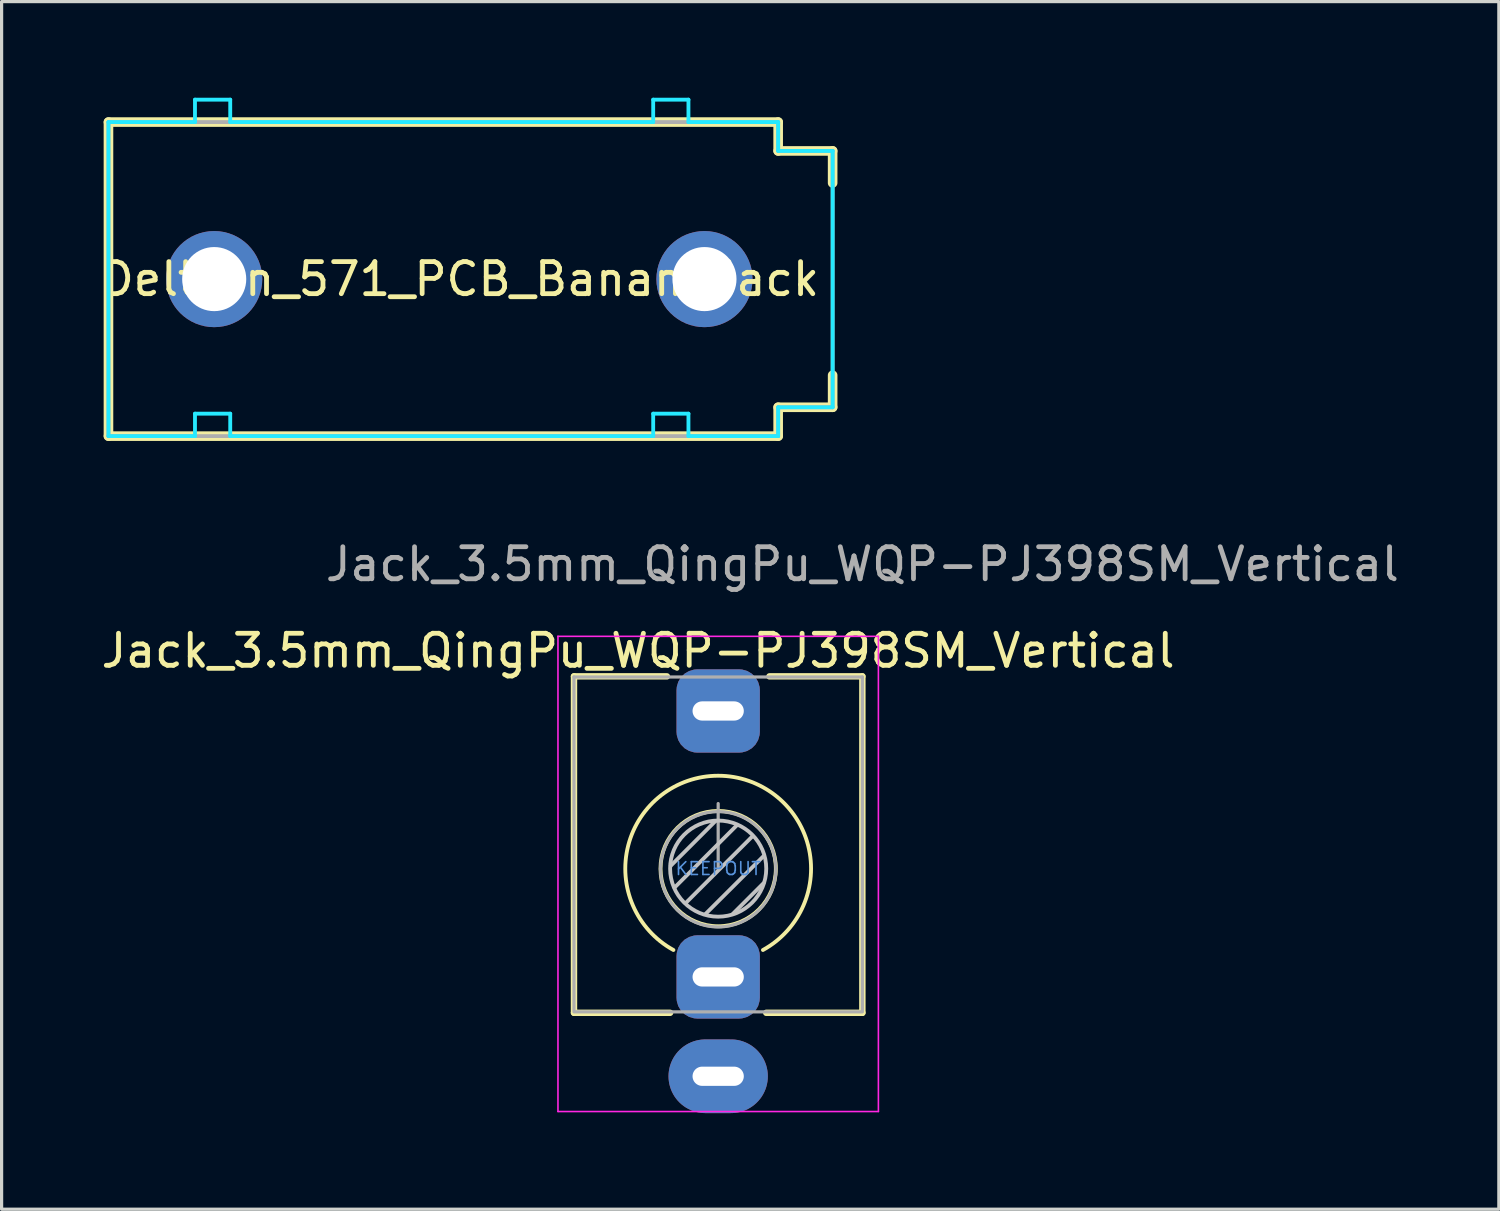
<source format=kicad_pcb>
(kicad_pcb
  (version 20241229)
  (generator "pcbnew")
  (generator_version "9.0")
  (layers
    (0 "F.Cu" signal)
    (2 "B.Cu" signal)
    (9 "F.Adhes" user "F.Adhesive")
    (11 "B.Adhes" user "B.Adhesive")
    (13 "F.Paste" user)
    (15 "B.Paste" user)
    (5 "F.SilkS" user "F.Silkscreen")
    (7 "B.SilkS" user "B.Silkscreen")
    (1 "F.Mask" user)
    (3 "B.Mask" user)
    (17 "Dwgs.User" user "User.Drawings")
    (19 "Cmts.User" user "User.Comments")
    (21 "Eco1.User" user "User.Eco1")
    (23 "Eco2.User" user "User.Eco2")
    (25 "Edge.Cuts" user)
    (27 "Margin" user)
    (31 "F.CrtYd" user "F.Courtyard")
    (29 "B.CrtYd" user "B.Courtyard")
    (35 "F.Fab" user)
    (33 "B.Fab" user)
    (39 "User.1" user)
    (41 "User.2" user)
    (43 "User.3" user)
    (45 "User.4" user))
  (footprint "Deltron_571_PCB_BananaJack"
    (layer "F.Cu")
    (at 18.935 5.66)
    (property "Reference" "Deltron_571_PCB_BananaJack" (at -7.62 0 0) (layer "F.SilkS") (effects (font (size 1 1) (thickness 0.15))))
    (attr through_hole)
    (fp_line (start -18.6 -4.9) (end 2.3 -4.9) (stroke (width 0.3) (type solid)) (layer "F.SilkS"))
    (fp_line (start -18.6 4.9) (end -18.6 -4.9) (stroke (width 0.3) (type solid)) (layer "F.SilkS"))
    (fp_line (start 2.3 -4.9) (end 2.3 -4) (stroke (width 0.3) (type solid)) (layer "F.SilkS"))
    (fp_line (start 2.3 -4) (end 4 -4) (stroke (width 0.3) (type solid)) (layer "F.SilkS"))
    (fp_line (start 2.3 4) (end 2.3 4.9) (stroke (width 0.3) (type solid)) (layer "F.SilkS"))
    (fp_line (start 2.3 4.9) (end -18.6 4.9) (stroke (width 0.3) (type solid)) (layer "F.SilkS"))
    (fp_line (start 4 -4) (end 4 -3) (stroke (width 0.3) (type solid)) (layer "F.SilkS"))
    (fp_line (start 4 3) (end 4 4) (stroke (width 0.3) (type solid)) (layer "F.SilkS"))
    (fp_line (start 4 4) (end 2.3 4) (stroke (width 0.3) (type solid)) (layer "F.SilkS"))
    (fp_line (start -18.6 -4.9) (end -15.9 -4.9) (stroke (width 0.12) (type solid)) (layer "B.CrtYd"))
    (fp_line (start -18.6 4.9) (end -18.6 -4.9) (stroke (width 0.12) (type solid)) (layer "B.CrtYd"))
    (fp_line (start -15.9 -5.6) (end -14.8 -5.6) (stroke (width 0.12) (type solid)) (layer "B.CrtYd"))
    (fp_line (start -15.9 -4.9) (end -15.9 -5.6) (stroke (width 0.12) (type solid)) (layer "B.CrtYd"))
    (fp_line (start -15.9 4.2) (end -15.9 4.9) (stroke (width 0.12) (type solid)) (layer "B.CrtYd"))
    (fp_line (start -15.9 4.9) (end -18.6 4.9) (stroke (width 0.12) (type solid)) (layer "B.CrtYd"))
    (fp_line (start -14.8 -5.6) (end -14.8 -4.9) (stroke (width 0.12) (type solid)) (layer "B.CrtYd"))
    (fp_line (start -14.8 -4.9) (end -1.6 -4.9) (stroke (width 0.12) (type solid)) (layer "B.CrtYd"))
    (fp_line (start -14.8 4.2) (end -15.9 4.2) (stroke (width 0.12) (type solid)) (layer "B.CrtYd"))
    (fp_line (start -14.8 4.9) (end -14.8 4.2) (stroke (width 0.12) (type solid)) (layer "B.CrtYd"))
    (fp_line (start -1.6 -5.6) (end -1.6 -4.9) (stroke (width 0.12) (type solid)) (layer "B.CrtYd"))
    (fp_line (start -1.6 4.2) (end -1.6 4.9) (stroke (width 0.12) (type solid)) (layer "B.CrtYd"))
    (fp_line (start -1.6 4.9) (end -14.8 4.9) (stroke (width 0.12) (type solid)) (layer "B.CrtYd"))
    (fp_line (start -0.5 -5.6) (end -1.6 -5.6) (stroke (width 0.12) (type solid)) (layer "B.CrtYd"))
    (fp_line (start -0.5 -4.9) (end -0.5 -5.6) (stroke (width 0.12) (type solid)) (layer "B.CrtYd"))
    (fp_line (start -0.5 -4.9) (end 2.3 -4.9) (stroke (width 0.12) (type solid)) (layer "B.CrtYd"))
    (fp_line (start -0.5 4.2) (end -1.6 4.2) (stroke (width 0.12) (type solid)) (layer "B.CrtYd"))
    (fp_line (start -0.5 4.9) (end -0.5 4.2) (stroke (width 0.12) (type solid)) (layer "B.CrtYd"))
    (fp_line (start 2.3 -4.9) (end 2.3 -4) (stroke (width 0.12) (type solid)) (layer "B.CrtYd"))
    (fp_line (start 2.3 -4) (end 4 -4) (stroke (width 0.12) (type solid)) (layer "B.CrtYd"))
    (fp_line (start 2.3 4) (end 2.3 4.9) (stroke (width 0.12) (type solid)) (layer "B.CrtYd"))
    (fp_line (start 2.3 4.9) (end -0.5 4.9) (stroke (width 0.12) (type solid)) (layer "B.CrtYd"))
    (fp_line (start 4 -4) (end 4 4) (stroke (width 0.12) (type solid)) (layer "B.CrtYd"))
    (fp_line (start 4 4) (end 2.3 4) (stroke (width 0.12) (type solid)) (layer "B.CrtYd"))
    (fp_line (start -18.6 -4.9) (end -18.6 4.9) (stroke (width 0.12) (type solid)) (layer "F.Fab"))
    (fp_line (start -18.6 4.9) (end 2.3 4.9) (stroke (width 0.12) (type solid)) (layer "F.Fab"))
    (fp_line (start 2.3 -4.9) (end -18.6 -4.9) (stroke (width 0.12) (type solid)) (layer "F.Fab"))
    (fp_line (start 2.3 -4) (end 2.3 -4.9) (stroke (width 0.12) (type solid)) (layer "F.Fab"))
    (fp_line (start 2.3 -4) (end 4 -4) (stroke (width 0.12) (type solid)) (layer "F.Fab"))
    (fp_line (start 2.3 4) (end 4 4) (stroke (width 0.12) (type solid)) (layer "F.Fab"))
    (fp_line (start 2.3 4.9) (end 2.3 4) (stroke (width 0.12) (type solid)) (layer "F.Fab"))
    (fp_line (start 4 -4) (end 4 4) (stroke (width 0.12) (type solid)) (layer "F.Fab"))
    (pad "1" thru_hole circle (at -15.3 0) (size 3 3) (drill 2) (layers "*.Cu" "*.Mask"))
    (pad "1" thru_hole circle (at 0 0) (size 3 3) (drill 2) (layers "*.Cu" "*.Mask")))
  (footprint "Jack_3.5mm_QingPu_WQP-PJ398SM_Vertical"
    (layer "F.Cu")
    (at 19.363 24.058)
    (property "Reference" "Jack_3.5mm_QingPu_WQP-PJ398SM_Vertical" (at -2.5 -6.8 0) (layer "F.SilkS") (effects (font (size 1 1) (thickness 0.15))))
    (attr through_hole)
    (fp_line (start -4.5 -6) (end -1.6 -6) (stroke (width 0.2) (type solid)) (layer "F.SilkS"))
    (fp_line (start -4.5 4.5) (end -4.5 -6) (stroke (width 0.2) (type solid)) (layer "F.SilkS"))
    (fp_line (start -4.5 4.5) (end -1.5 4.5) (stroke (width 0.2) (type solid)) (layer "F.SilkS"))
    (fp_line (start 1.5 4.5) (end 4.5 4.5) (stroke (width 0.2) (type solid)) (layer "F.SilkS"))
    (fp_line (start 1.6 -6) (end 4.5 -6) (stroke (width 0.2) (type solid)) (layer "F.SilkS"))
    (fp_line (start 4.5 4.5) (end 4.5 -6) (stroke (width 0.2) (type solid)) (layer "F.SilkS"))
    (fp_arc (start -1.397 2.539999) (mid 0 -2.898828) (end 1.397 2.539999) (stroke (width 0.12) (type solid)) (layer "F.SilkS"))
    (fp_circle (center 0 0) (end -1.8 0) (stroke (width 0.12) (type solid)) (fill no) (layer "F.SilkS"))
    (fp_line (start -0.09 -1.48) (end -1.48 -0.09) (stroke (width 0.12) (type solid)) (layer "Dwgs.User"))
    (fp_line (start 0.58 -1.35) (end -1.36 0.59) (stroke (width 0.12) (type solid)) (layer "Dwgs.User"))
    (fp_line (start 1.07 -1.01) (end -1.01 1.07) (stroke (width 0.12) (type solid)) (layer "Dwgs.User"))
    (fp_line (start 1.41 0.46) (end 0.46 1.41) (stroke (width 0.12) (type solid)) (layer "Dwgs.User"))
    (fp_line (start 1.42 -0.395) (end -0.4 1.42) (stroke (width 0.12) (type solid)) (layer "Dwgs.User"))
    (fp_circle (center 0 0) (end -1.5 0) (stroke (width 0.12) (type solid)) (fill no) (layer "Dwgs.User"))
    (fp_line (start -5 -7.25) (end -5 7.58) (stroke (width 0.05) (type solid)) (layer "F.CrtYd"))
    (fp_line (start -5 -7.25) (end 5 -7.25) (stroke (width 0.05) (type solid)) (layer "F.CrtYd"))
    (fp_line (start -5 7.58) (end 5 7.58) (stroke (width 0.05) (type solid)) (layer "F.CrtYd"))
    (fp_line (start 5 -7.25) (end 5 7.58) (stroke (width 0.05) (type solid)) (layer "F.CrtYd"))
    (fp_line (start -4.5 -5.98) (end -4.5 4.42) (stroke (width 0.1) (type solid)) (layer "F.Fab"))
    (fp_line (start -4.5 -5.98) (end 4.5 -5.98) (stroke (width 0.1) (type solid)) (layer "F.Fab"))
    (fp_line (start -4.5 4.47) (end 4.5 4.47) (stroke (width 0.1) (type solid)) (layer "F.Fab"))
    (fp_line (start 0 0) (end 0 -2.03) (stroke (width 0.1) (type solid)) (layer "F.Fab"))
    (fp_line (start 4.5 -5.98) (end 4.5 4.42) (stroke (width 0.1) (type solid)) (layer "F.Fab"))
    (fp_circle (center 0 0.02) (end -1.8 0.02) (stroke (width 0.1) (type solid)) (fill no) (layer "F.Fab"))
    (fp_text user "KEEPOUT" (at 0 0 180) (layer "Cmts.User") (effects (font (size 0.4 0.4) (thickness 0.051))))
    (fp_text user "${REFERENCE}" (at 4.5 -9.5 0) (layer "F.Fab") (effects (font (size 1 1) (thickness 0.15))))
    (pad "S" thru_hole oval (at 0 6.48) (size 3.1 2.3) (drill oval 1.6 0.6) (layers "*.Cu" "*.Mask"))
    (pad "T" thru_hole roundrect (at 0 -4.92) (size 2.6 2.6) (drill oval 1.6 0.6) (layers "*.Cu" "*.Mask") (roundrect_rratio 0.25))
    (pad "TN" thru_hole roundrect (at 0 3.38) (size 2.6 2.6) (drill oval 1.6 0.6) (layers "*.Cu" "*.Mask") (roundrect_rratio 0.25))
    (zone (net_name "") (layers "F.Cu" "F.Mask" "F.SilkS" "F.Adhes" "F.Paste") (hatch edge 0.508) (connect_pads) (min_thickness 0.254) (filled_areas_thickness no) (keepout (tracks not_allowed) (vias not_allowed) (pads not_allowed) (copperpour not_allowed) (footprints not_allowed)) (placement (enabled no)) (fill) (polygon (pts (xy 19.738 22.608) (xy 19.888 22.658) (xy 20.063 22.733) (xy 20.213 22.833) (xy 20.338 22.933) (xy 20.488 23.083) (xy 20.588 23.208) (xy 20.713 23.408) (xy 20.788 23.608) (xy 20.838 23.758) (xy 20.863 23.908) (xy 20.863 24.233) (xy 20.813 24.483) (xy 20.763 24.633) (xy 20.688 24.783) (xy 20.613 24.908) (xy 20.488 25.058) (xy 20.363 25.183) (xy 20.238 25.283) (xy 20.063 25.383) (xy 19.888 25.458) (xy 19.713 25.508) (xy 19.538 25.533) (xy 19.438 25.558) (xy 19.213 25.558) (xy 19.038 25.533) (xy 18.838 25.458) (xy 18.638 25.358) (xy 18.413 25.208) (xy 18.238 25.058) (xy 18.088 24.858) (xy 17.938 24.558) (xy 17.888 24.283) (xy 17.863 24.058) (xy 17.888 23.833) (xy 17.938 23.608) (xy 18.038 23.358) (xy 18.188 23.133) (xy 18.338 22.958) (xy 18.563 22.783) (xy 18.763 22.683) (xy 18.988 22.608) (xy 19.213 22.558) (xy 19.488 22.558)))))
  (gr_rect
    (start -3 -3)
    (end 43.726 34.688)
    (stroke (width 0.1) (type default))
    (fill no)
    (layer "Edge.Cuts")))
</source>
